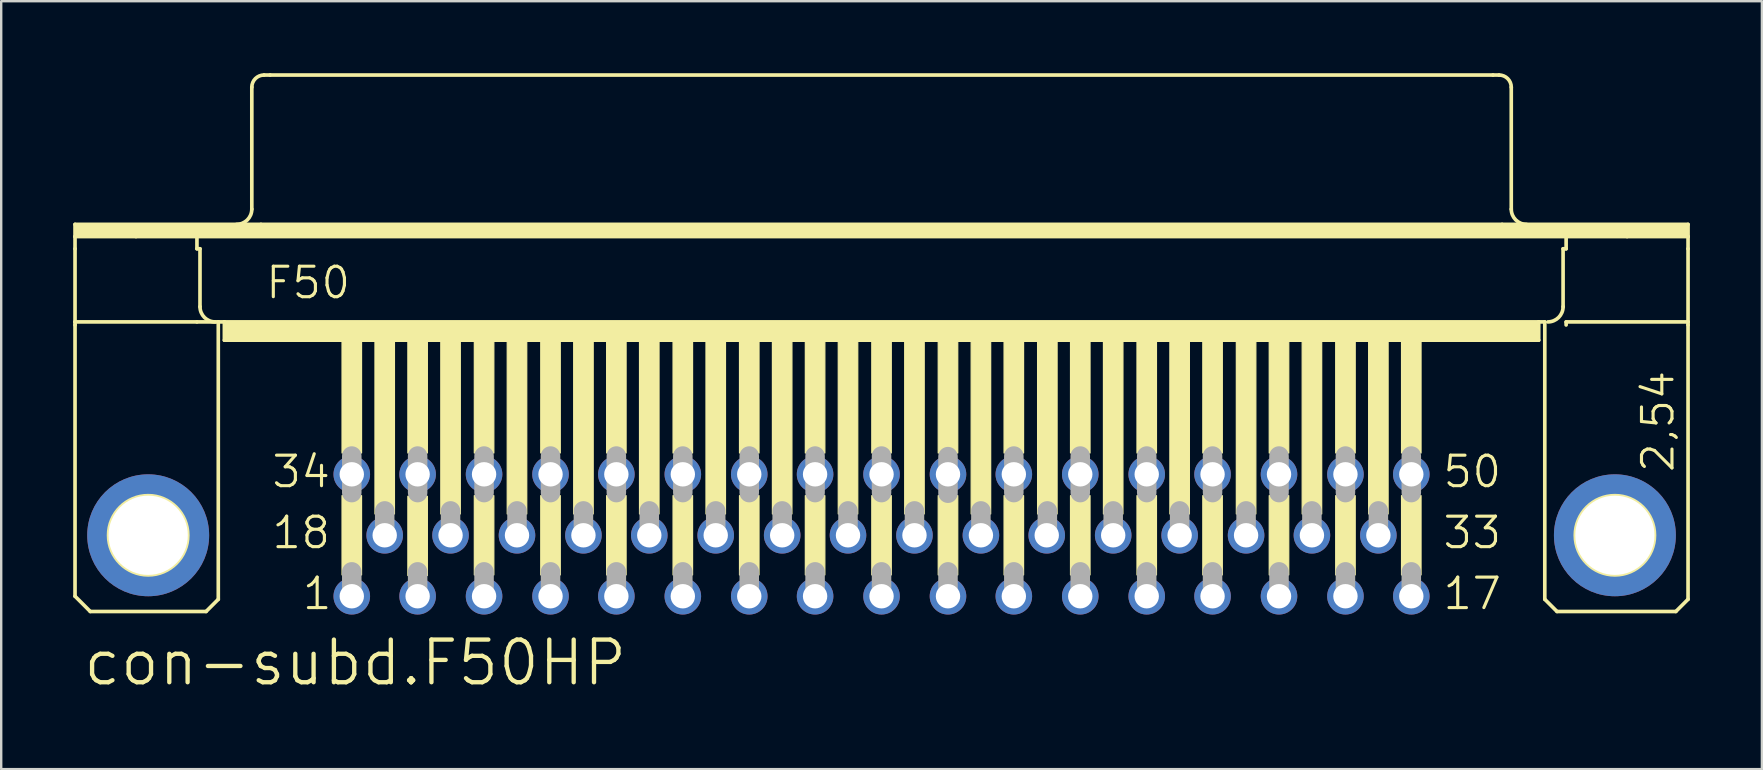
<source format=kicad_pcb>
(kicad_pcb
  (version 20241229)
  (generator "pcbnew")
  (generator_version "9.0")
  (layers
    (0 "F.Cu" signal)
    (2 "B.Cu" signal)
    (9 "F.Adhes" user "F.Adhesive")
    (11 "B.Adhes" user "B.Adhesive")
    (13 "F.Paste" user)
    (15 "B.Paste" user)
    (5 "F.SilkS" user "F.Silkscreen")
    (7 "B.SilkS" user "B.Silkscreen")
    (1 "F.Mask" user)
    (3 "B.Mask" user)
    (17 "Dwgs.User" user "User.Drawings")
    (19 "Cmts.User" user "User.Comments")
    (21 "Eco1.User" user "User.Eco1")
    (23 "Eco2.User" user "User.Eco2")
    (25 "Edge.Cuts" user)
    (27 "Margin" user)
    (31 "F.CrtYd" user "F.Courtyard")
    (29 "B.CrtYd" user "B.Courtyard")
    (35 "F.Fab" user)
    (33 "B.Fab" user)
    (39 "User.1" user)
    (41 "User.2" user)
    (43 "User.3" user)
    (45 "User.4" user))
  (footprint "con-subd.F50HP"
    (layer "F.Cu")
    (at 33.68 19.253)
    (property "Reference" "con-subd.F50HP" (at -33.35 6.35 0) (layer "F.SilkS") (effects (font (size 1.778 1.778) (thickness 0.18)) (justify left bottom)))
    (attr through_hole)
    (fp_line (start -33.604 -12.954) (end -25.857 -12.954) (stroke (width 0.152) (type default)) (layer "F.SilkS"))
    (fp_line (start -33.604 -12.446) (end -33.604 -12.954) (stroke (width 0.152) (type default)) (layer "F.SilkS"))
    (fp_line (start -33.604 -12.446) (end -31.064 -12.446) (stroke (width 0.152) (type default)) (layer "F.SilkS"))
    (fp_line (start -33.604 -11.938) (end -33.604 -12.446) (stroke (width 0.152) (type default)) (layer "F.SilkS"))
    (fp_line (start -33.604 -8.89) (end -33.604 -11.938) (stroke (width 0.152) (type default)) (layer "F.SilkS"))
    (fp_line (start -33.604 -8.89) (end -33.604 -8.763) (stroke (width 0.152) (type default)) (layer "F.SilkS"))
    (fp_line (start -33.604 -8.89) (end -28.524 -8.89) (stroke (width 0.152) (type default)) (layer "F.SilkS"))
    (fp_line (start -33.604 2.54) (end -33.604 -8.763) (stroke (width 0.152) (type default)) (layer "F.SilkS"))
    (fp_line (start -32.969 3.175) (end -33.604 2.54) (stroke (width 0.152) (type default)) (layer "F.SilkS"))
    (fp_line (start -31.064 -12.446) (end -28.524 -12.446) (stroke (width 0.152) (type default)) (layer "F.SilkS"))
    (fp_line (start -28.524 -12.446) (end 28.524 -12.446) (stroke (width 0.152) (type default)) (layer "F.SilkS"))
    (fp_line (start -28.524 -11.938) (end -28.524 -12.446) (stroke (width 0.152) (type default)) (layer "F.SilkS"))
    (fp_line (start -28.524 -11.938) (end -28.397 -11.938) (stroke (width 0.152) (type default)) (layer "F.SilkS"))
    (fp_line (start -28.524 -8.89) (end -27.635 -8.89) (stroke (width 0.152) (type default)) (layer "F.SilkS"))
    (fp_line (start -28.397 -9.525) (end -28.397 -11.938) (stroke (width 0.152) (type default)) (layer "F.SilkS"))
    (fp_line (start -28.143 3.175) (end -32.969 3.175) (stroke (width 0.152) (type default)) (layer "F.SilkS"))
    (fp_line (start -28.143 3.175) (end -27.635 2.667) (stroke (width 0.152) (type default)) (layer "F.SilkS"))
    (fp_line (start -27.635 -8.89) (end -27.381 -8.89) (stroke (width 0.152) (type default)) (layer "F.SilkS"))
    (fp_line (start -27.635 2.667) (end -27.635 -8.89) (stroke (width 0.152) (type default)) (layer "F.SilkS"))
    (fp_line (start -27.381 -8.89) (end -27.381 -8.128) (stroke (width 0.152) (type default)) (layer "F.SilkS"))
    (fp_line (start -27.381 -8.89) (end 27.381 -8.89) (stroke (width 0.152) (type default)) (layer "F.SilkS"))
    (fp_line (start -27.381 -8.128) (end 27.381 -8.128) (stroke (width 0.152) (type default)) (layer "F.SilkS"))
    (fp_line (start -26.238 -13.589) (end -26.238 -18.669) (stroke (width 0.152) (type default)) (layer "F.SilkS"))
    (fp_line (start -25.857 -12.954) (end 25.857 -12.954) (stroke (width 0.152) (type default)) (layer "F.SilkS"))
    (fp_line (start -25.73 -19.177) (end -25.476 -19.177) (stroke (width 0.152) (type default)) (layer "F.SilkS"))
    (fp_line (start -25.476 -19.177) (end 25.476 -19.177) (stroke (width 0.152) (type default)) (layer "F.SilkS"))
    (fp_line (start 25.476 -19.177) (end 25.73 -19.177) (stroke (width 0.152) (type default)) (layer "F.SilkS"))
    (fp_line (start 25.857 -12.954) (end 33.604 -12.954) (stroke (width 0.152) (type default)) (layer "F.SilkS"))
    (fp_line (start 26.238 -13.589) (end 26.238 -18.669) (stroke (width 0.152) (type default)) (layer "F.SilkS"))
    (fp_line (start 27.381 -8.89) (end 27.381 -8.128) (stroke (width 0.152) (type default)) (layer "F.SilkS"))
    (fp_line (start 27.381 -8.89) (end 27.635 -8.89) (stroke (width 0.152) (type default)) (layer "F.SilkS"))
    (fp_line (start 27.635 2.667) (end 27.635 -8.89) (stroke (width 0.152) (type default)) (layer "F.SilkS"))
    (fp_line (start 27.635 2.667) (end 28.143 3.175) (stroke (width 0.152) (type default)) (layer "F.SilkS"))
    (fp_line (start 28.143 3.175) (end 33.096 3.175) (stroke (width 0.152) (type default)) (layer "F.SilkS"))
    (fp_line (start 28.397 -11.938) (end 28.524 -11.938) (stroke (width 0.152) (type default)) (layer "F.SilkS"))
    (fp_line (start 28.397 -9.525) (end 28.397 -11.938) (stroke (width 0.152) (type default)) (layer "F.SilkS"))
    (fp_line (start 28.524 -12.446) (end 31.064 -12.446) (stroke (width 0.152) (type default)) (layer "F.SilkS"))
    (fp_line (start 28.524 -11.938) (end 28.524 -12.446) (stroke (width 0.152) (type default)) (layer "F.SilkS"))
    (fp_line (start 28.524 -8.89) (end 33.604 -8.89) (stroke (width 0.152) (type default)) (layer "F.SilkS"))
    (fp_line (start 28.524 -8.763) (end 28.524 -8.89) (stroke (width 0.152) (type default)) (layer "F.SilkS"))
    (fp_line (start 31.064 -12.446) (end 33.604 -12.446) (stroke (width 0.152) (type default)) (layer "F.SilkS"))
    (fp_line (start 33.096 3.175) (end 33.604 2.667) (stroke (width 0.152) (type default)) (layer "F.SilkS"))
    (fp_line (start 33.604 -12.954) (end 33.604 -12.446) (stroke (width 0.152) (type default)) (layer "F.SilkS"))
    (fp_line (start 33.604 -12.446) (end 33.604 -11.938) (stroke (width 0.152) (type default)) (layer "F.SilkS"))
    (fp_line (start 33.604 -11.938) (end 33.604 -8.89) (stroke (width 0.152) (type default)) (layer "F.SilkS"))
    (fp_line (start 33.604 -8.89) (end 33.604 -8.763) (stroke (width 0.152) (type default)) (layer "F.SilkS"))
    (fp_line (start 33.604 2.667) (end 33.604 -8.763) (stroke (width 0.152) (type default)) (layer "F.SilkS"))
    (fp_rect (start -33.579 -12.446) (end 33.604 -12.954) (stroke (width 0.05) (type default)) (fill yes) (layer "F.SilkS"))
    (fp_rect (start -27.356 -8.128) (end 27.381 -8.89) (stroke (width 0.05) (type default)) (fill yes) (layer "F.SilkS"))
    (fp_rect (start -22.479 -3.429) (end -21.666 -8.128) (stroke (width 0.05) (type default)) (fill yes) (layer "F.SilkS"))
    (fp_rect (start -22.479 1.651) (end -21.666 -1.651) (stroke (width 0.05) (type default)) (fill yes) (layer "F.SilkS"))
    (fp_rect (start -21.107 -0.889) (end -20.295 -8.128) (stroke (width 0.05) (type default)) (fill yes) (layer "F.SilkS"))
    (fp_rect (start -19.736 -3.429) (end -18.923 -8.128) (stroke (width 0.05) (type default)) (fill yes) (layer "F.SilkS"))
    (fp_rect (start -19.736 1.676) (end -18.923 -1.626) (stroke (width 0.05) (type default)) (fill yes) (layer "F.SilkS"))
    (fp_rect (start -18.364 -0.889) (end -17.551 -8.128) (stroke (width 0.05) (type default)) (fill yes) (layer "F.SilkS"))
    (fp_rect (start -16.967 -3.429) (end -16.154 -8.128) (stroke (width 0.05) (type default)) (fill yes) (layer "F.SilkS"))
    (fp_rect (start -16.967 1.651) (end -16.154 -1.651) (stroke (width 0.05) (type default)) (fill yes) (layer "F.SilkS"))
    (fp_rect (start -15.596 -0.889) (end -14.783 -8.128) (stroke (width 0.05) (type default)) (fill yes) (layer "F.SilkS"))
    (fp_rect (start -14.199 -3.429) (end -13.386 -8.128) (stroke (width 0.05) (type default)) (fill yes) (layer "F.SilkS"))
    (fp_rect (start -14.199 1.651) (end -13.386 -1.651) (stroke (width 0.05) (type default)) (fill yes) (layer "F.SilkS"))
    (fp_rect (start -12.827 -0.889) (end -12.014 -8.128) (stroke (width 0.05) (type default)) (fill yes) (layer "F.SilkS"))
    (fp_rect (start -11.455 -3.429) (end -10.643 -8.128) (stroke (width 0.05) (type default)) (fill yes) (layer "F.SilkS"))
    (fp_rect (start -11.455 1.651) (end -10.643 -1.651) (stroke (width 0.05) (type default)) (fill yes) (layer "F.SilkS"))
    (fp_rect (start -10.084 -0.889) (end -9.271 -8.128) (stroke (width 0.05) (type default)) (fill yes) (layer "F.SilkS"))
    (fp_rect (start -8.687 -3.429) (end -7.874 -8.128) (stroke (width 0.05) (type default)) (fill yes) (layer "F.SilkS"))
    (fp_rect (start -8.687 1.651) (end -7.874 -1.651) (stroke (width 0.05) (type default)) (fill yes) (layer "F.SilkS"))
    (fp_rect (start -7.315 -0.889) (end -6.502 -8.128) (stroke (width 0.05) (type default)) (fill yes) (layer "F.SilkS"))
    (fp_rect (start -5.918 -3.429) (end -5.105 -8.128) (stroke (width 0.05) (type default)) (fill yes) (layer "F.SilkS"))
    (fp_rect (start -5.918 1.651) (end -5.105 -1.651) (stroke (width 0.05) (type default)) (fill yes) (layer "F.SilkS"))
    (fp_rect (start -4.547 -0.889) (end -3.734 -8.128) (stroke (width 0.05) (type default)) (fill yes) (layer "F.SilkS"))
    (fp_rect (start -3.175 -3.429) (end -2.362 -8.128) (stroke (width 0.05) (type default)) (fill yes) (layer "F.SilkS"))
    (fp_rect (start -3.175 1.651) (end -2.362 -1.651) (stroke (width 0.05) (type default)) (fill yes) (layer "F.SilkS"))
    (fp_rect (start -1.803 -0.889) (end -0.991 -8.128) (stroke (width 0.05) (type default)) (fill yes) (layer "F.SilkS"))
    (fp_rect (start -0.406 -3.429) (end 0.406 -8.128) (stroke (width 0.05) (type default)) (fill yes) (layer "F.SilkS"))
    (fp_rect (start -0.406 1.651) (end 0.406 -1.651) (stroke (width 0.05) (type default)) (fill yes) (layer "F.SilkS"))
    (fp_rect (start 0.965 -0.889) (end 1.778 -8.128) (stroke (width 0.05) (type default)) (fill yes) (layer "F.SilkS"))
    (fp_rect (start 2.362 -3.429) (end 3.175 -8.128) (stroke (width 0.05) (type default)) (fill yes) (layer "F.SilkS"))
    (fp_rect (start 2.362 1.651) (end 3.175 -1.651) (stroke (width 0.05) (type default)) (fill yes) (layer "F.SilkS"))
    (fp_rect (start 3.734 -0.889) (end 4.547 -8.128) (stroke (width 0.05) (type default)) (fill yes) (layer "F.SilkS"))
    (fp_rect (start 5.105 -3.429) (end 5.918 -8.128) (stroke (width 0.05) (type default)) (fill yes) (layer "F.SilkS"))
    (fp_rect (start 5.105 1.651) (end 5.918 -1.651) (stroke (width 0.05) (type default)) (fill yes) (layer "F.SilkS"))
    (fp_rect (start 6.502 -0.889) (end 7.315 -8.128) (stroke (width 0.05) (type default)) (fill yes) (layer "F.SilkS"))
    (fp_rect (start 7.874 -3.429) (end 8.687 -8.128) (stroke (width 0.05) (type default)) (fill yes) (layer "F.SilkS"))
    (fp_rect (start 7.874 1.651) (end 8.687 -1.651) (stroke (width 0.05) (type default)) (fill yes) (layer "F.SilkS"))
    (fp_rect (start 9.246 -0.889) (end 10.058 -8.128) (stroke (width 0.05) (type default)) (fill yes) (layer "F.SilkS"))
    (fp_rect (start 10.643 -3.429) (end 11.455 -8.128) (stroke (width 0.05) (type default)) (fill yes) (layer "F.SilkS"))
    (fp_rect (start 10.643 1.651) (end 11.455 -1.651) (stroke (width 0.05) (type default)) (fill yes) (layer "F.SilkS"))
    (fp_rect (start 12.014 -0.889) (end 12.827 -8.128) (stroke (width 0.05) (type default)) (fill yes) (layer "F.SilkS"))
    (fp_rect (start 13.386 -3.429) (end 14.199 -8.128) (stroke (width 0.05) (type default)) (fill yes) (layer "F.SilkS"))
    (fp_rect (start 13.386 1.651) (end 14.199 -1.651) (stroke (width 0.05) (type default)) (fill yes) (layer "F.SilkS"))
    (fp_rect (start 14.783 -0.889) (end 15.596 -8.128) (stroke (width 0.05) (type default)) (fill yes) (layer "F.SilkS"))
    (fp_rect (start 16.154 -3.429) (end 16.967 -8.128) (stroke (width 0.05) (type default)) (fill yes) (layer "F.SilkS"))
    (fp_rect (start 16.154 1.651) (end 16.967 -1.651) (stroke (width 0.05) (type default)) (fill yes) (layer "F.SilkS"))
    (fp_rect (start 17.526 -0.889) (end 18.339 -8.128) (stroke (width 0.05) (type default)) (fill yes) (layer "F.SilkS"))
    (fp_rect (start 18.923 -3.429) (end 19.736 -8.128) (stroke (width 0.05) (type default)) (fill yes) (layer "F.SilkS"))
    (fp_rect (start 18.923 1.651) (end 19.736 -1.651) (stroke (width 0.05) (type default)) (fill yes) (layer "F.SilkS"))
    (fp_rect (start 20.295 -0.889) (end 21.107 -8.128) (stroke (width 0.05) (type default)) (fill yes) (layer "F.SilkS"))
    (fp_rect (start 21.666 -3.429) (end 22.479 -8.128) (stroke (width 0.05) (type default)) (fill yes) (layer "F.SilkS"))
    (fp_rect (start 21.666 1.651) (end 22.479 -1.651) (stroke (width 0.05) (type default)) (fill yes) (layer "F.SilkS"))
    (fp_arc (start -27.7622 -8.89) (mid -28.211213 -9.075987) (end -28.3972 -9.525) (stroke (width 0.1524) (type default)) (layer "F.SilkS"))
    (fp_arc (start -26.2382 -18.669) (mid -26.08941 -19.02821) (end -25.7302 -19.177) (stroke (width 0.1524) (type default)) (layer "F.SilkS"))
    (fp_arc (start -26.2382 -13.589) (mid -26.424187 -13.139987) (end -26.8732 -12.954) (stroke (width 0.1524) (type default)) (layer "F.SilkS"))
    (fp_arc (start 25.7302 -19.177) (mid 26.08941 -19.02821) (end 26.2382 -18.669) (stroke (width 0.1524) (type default)) (layer "F.SilkS"))
    (fp_arc (start 26.8732 -12.954) (mid 26.424187 -13.139987) (end 26.2382 -13.589) (stroke (width 0.1524) (type default)) (layer "F.SilkS"))
    (fp_arc (start 28.3972 -9.525) (mid 28.211213 -9.075987) (end 27.7622 -8.89) (stroke (width 0.1524) (type default)) (layer "F.SilkS"))
    (fp_circle (center -30.556 0) (end -28.905 0) (stroke (width 0.152) (type default)) (fill no) (layer "F.SilkS"))
    (fp_circle (center 30.556 0) (end 32.207 0) (stroke (width 0.152) (type default)) (fill no) (layer "F.SilkS"))
    (fp_line (start -22.073 -1.778) (end -22.073 -3.302) (stroke (width 0.813) (type default)) (layer "F.Fab"))
    (fp_line (start -22.073 2.54) (end -22.073 1.524) (stroke (width 0.813) (type default)) (layer "F.Fab"))
    (fp_line (start -20.701 0) (end -20.701 -1.016) (stroke (width 0.813) (type default)) (layer "F.Fab"))
    (fp_line (start -19.329 -1.778) (end -19.329 -3.302) (stroke (width 0.813) (type default)) (layer "F.Fab"))
    (fp_line (start -19.329 2.54) (end -19.329 1.524) (stroke (width 0.813) (type default)) (layer "F.Fab"))
    (fp_line (start -17.958 0) (end -17.958 -1.016) (stroke (width 0.813) (type default)) (layer "F.Fab"))
    (fp_line (start -16.561 -1.778) (end -16.561 -3.302) (stroke (width 0.813) (type default)) (layer "F.Fab"))
    (fp_line (start -16.561 2.54) (end -16.561 1.524) (stroke (width 0.813) (type default)) (layer "F.Fab"))
    (fp_line (start -15.189 0) (end -15.189 -1.016) (stroke (width 0.813) (type default)) (layer "F.Fab"))
    (fp_line (start -13.792 -1.778) (end -13.792 -3.302) (stroke (width 0.813) (type default)) (layer "F.Fab"))
    (fp_line (start -13.792 2.54) (end -13.792 1.524) (stroke (width 0.813) (type default)) (layer "F.Fab"))
    (fp_line (start -12.421 0) (end -12.421 -1.016) (stroke (width 0.813) (type default)) (layer "F.Fab"))
    (fp_line (start -11.049 -1.778) (end -11.049 -3.302) (stroke (width 0.813) (type default)) (layer "F.Fab"))
    (fp_line (start -11.049 2.54) (end -11.049 1.524) (stroke (width 0.813) (type default)) (layer "F.Fab"))
    (fp_line (start -9.677 0) (end -9.677 -1.016) (stroke (width 0.813) (type default)) (layer "F.Fab"))
    (fp_line (start -8.28 -1.778) (end -8.28 -3.302) (stroke (width 0.813) (type default)) (layer "F.Fab"))
    (fp_line (start -8.28 2.54) (end -8.28 1.524) (stroke (width 0.813) (type default)) (layer "F.Fab"))
    (fp_line (start -6.909 0) (end -6.909 -1.016) (stroke (width 0.813) (type default)) (layer "F.Fab"))
    (fp_line (start -5.512 -1.778) (end -5.512 -3.302) (stroke (width 0.813) (type default)) (layer "F.Fab"))
    (fp_line (start -5.512 2.54) (end -5.512 1.524) (stroke (width 0.813) (type default)) (layer "F.Fab"))
    (fp_line (start -4.14 0) (end -4.14 -1.016) (stroke (width 0.813) (type default)) (layer "F.Fab"))
    (fp_line (start -2.769 -1.778) (end -2.769 -3.302) (stroke (width 0.813) (type default)) (layer "F.Fab"))
    (fp_line (start -2.769 2.54) (end -2.769 1.524) (stroke (width 0.813) (type default)) (layer "F.Fab"))
    (fp_line (start -1.397 0) (end -1.397 -1.016) (stroke (width 0.813) (type default)) (layer "F.Fab"))
    (fp_line (start 0 -1.778) (end 0 -3.302) (stroke (width 0.813) (type default)) (layer "F.Fab"))
    (fp_line (start 0 2.54) (end 0 1.524) (stroke (width 0.813) (type default)) (layer "F.Fab"))
    (fp_line (start 1.372 0) (end 1.372 -1.016) (stroke (width 0.813) (type default)) (layer "F.Fab"))
    (fp_line (start 2.769 -1.753) (end 2.769 -3.277) (stroke (width 0.813) (type default)) (layer "F.Fab"))
    (fp_line (start 2.769 2.54) (end 2.769 1.524) (stroke (width 0.813) (type default)) (layer "F.Fab"))
    (fp_line (start 4.14 0) (end 4.14 -1.016) (stroke (width 0.813) (type default)) (layer "F.Fab"))
    (fp_line (start 5.512 -1.778) (end 5.512 -3.302) (stroke (width 0.813) (type default)) (layer "F.Fab"))
    (fp_line (start 5.512 2.54) (end 5.512 1.524) (stroke (width 0.813) (type default)) (layer "F.Fab"))
    (fp_line (start 6.909 0) (end 6.909 -1.016) (stroke (width 0.813) (type default)) (layer "F.Fab"))
    (fp_line (start 8.28 -1.778) (end 8.28 -3.302) (stroke (width 0.813) (type default)) (layer "F.Fab"))
    (fp_line (start 8.28 2.54) (end 8.28 1.524) (stroke (width 0.813) (type default)) (layer "F.Fab"))
    (fp_line (start 9.652 0) (end 9.652 -1.016) (stroke (width 0.813) (type default)) (layer "F.Fab"))
    (fp_line (start 11.049 -1.778) (end 11.049 -3.302) (stroke (width 0.813) (type default)) (layer "F.Fab"))
    (fp_line (start 11.049 2.54) (end 11.049 1.524) (stroke (width 0.813) (type default)) (layer "F.Fab"))
    (fp_line (start 12.421 0) (end 12.421 -1.016) (stroke (width 0.813) (type default)) (layer "F.Fab"))
    (fp_line (start 13.792 -1.778) (end 13.792 -3.302) (stroke (width 0.813) (type default)) (layer "F.Fab"))
    (fp_line (start 13.792 2.54) (end 13.792 1.524) (stroke (width 0.813) (type default)) (layer "F.Fab"))
    (fp_line (start 15.189 0) (end 15.189 -1.016) (stroke (width 0.813) (type default)) (layer "F.Fab"))
    (fp_line (start 16.561 -1.778) (end 16.561 -3.302) (stroke (width 0.813) (type default)) (layer "F.Fab"))
    (fp_line (start 16.561 2.54) (end 16.561 1.524) (stroke (width 0.813) (type default)) (layer "F.Fab"))
    (fp_line (start 17.932 0) (end 17.932 -1.016) (stroke (width 0.813) (type default)) (layer "F.Fab"))
    (fp_line (start 19.329 -1.778) (end 19.329 -3.302) (stroke (width 0.813) (type default)) (layer "F.Fab"))
    (fp_line (start 19.329 2.54) (end 19.329 1.524) (stroke (width 0.813) (type default)) (layer "F.Fab"))
    (fp_line (start 20.701 0) (end 20.701 -1.016) (stroke (width 0.813) (type default)) (layer "F.Fab"))
    (fp_line (start 22.073 -1.778) (end 22.073 -3.302) (stroke (width 0.813) (type default)) (layer "F.Fab"))
    (fp_line (start 22.073 2.54) (end 22.073 1.524) (stroke (width 0.813) (type default)) (layer "F.Fab"))
    (fp_text user "18" (at -25.476 0.635 0) (layer "F.SilkS") (effects (font (size 1.27 1.27) (thickness 0.13)) (justify left bottom)))
    (fp_text user "34" (at -25.476 -1.905 0) (layer "F.SilkS") (effects (font (size 1.27 1.27) (thickness 0.13)) (justify left bottom)))
    (fp_text user "2,54" (at 33.096 -2.54 90) (layer "F.SilkS") (effects (font (size 1.27 1.27) (thickness 0.13)) (justify left bottom)))
    (fp_text user "50" (at 23.317 -1.905 0) (layer "F.SilkS") (effects (font (size 1.27 1.27) (thickness 0.13)) (justify left bottom)))
    (fp_text user "1" (at -24.206 3.175 0) (layer "F.SilkS") (effects (font (size 1.27 1.27) (thickness 0.13)) (justify left bottom)))
    (fp_text user "F50" (at -25.73 -9.779 0) (layer "F.SilkS") (effects (font (size 1.27 1.27) (thickness 0.13)) (justify left bottom)))
    (fp_text user "33" (at 23.317 0.635 0) (layer "F.SilkS") (effects (font (size 1.27 1.27) (thickness 0.13)) (justify left bottom)))
    (fp_text user "17" (at 23.317 3.175 0) (layer "F.SilkS") (effects (font (size 1.27 1.27) (thickness 0.13)) (justify left bottom)))
    (pad "1" thru_hole circle (at -22.073 2.54) (size 1.524 1.524) (drill 1.016) (layers "*.Cu" "*.Mask"))
    (pad "2" thru_hole circle (at -19.329 2.54) (size 1.524 1.524) (drill 1.016) (layers "*.Cu" "*.Mask"))
    (pad "3" thru_hole circle (at -16.561 2.54) (size 1.524 1.524) (drill 1.016) (layers "*.Cu" "*.Mask"))
    (pad "4" thru_hole circle (at -13.792 2.54) (size 1.524 1.524) (drill 1.016) (layers "*.Cu" "*.Mask"))
    (pad "5" thru_hole circle (at -11.049 2.54) (size 1.524 1.524) (drill 1.016) (layers "*.Cu" "*.Mask"))
    (pad "6" thru_hole circle (at -8.28 2.54) (size 1.524 1.524) (drill 1.016) (layers "*.Cu" "*.Mask"))
    (pad "7" thru_hole circle (at -5.512 2.54) (size 1.524 1.524) (drill 1.016) (layers "*.Cu" "*.Mask"))
    (pad "8" thru_hole circle (at -2.769 2.54) (size 1.524 1.524) (drill 1.016) (layers "*.Cu" "*.Mask"))
    (pad "9" thru_hole circle (at 0 2.54) (size 1.524 1.524) (drill 1.016) (layers "*.Cu" "*.Mask"))
    (pad "10" thru_hole circle (at 2.769 2.54) (size 1.524 1.524) (drill 1.016) (layers "*.Cu" "*.Mask"))
    (pad "11" thru_hole circle (at 5.512 2.54) (size 1.524 1.524) (drill 1.016) (layers "*.Cu" "*.Mask"))
    (pad "12" thru_hole circle (at 8.28 2.54) (size 1.524 1.524) (drill 1.016) (layers "*.Cu" "*.Mask"))
    (pad "13" thru_hole circle (at 11.049 2.54) (size 1.524 1.524) (drill 1.016) (layers "*.Cu" "*.Mask"))
    (pad "14" thru_hole circle (at 13.792 2.54) (size 1.524 1.524) (drill 1.016) (layers "*.Cu" "*.Mask"))
    (pad "15" thru_hole circle (at 16.561 2.54) (size 1.524 1.524) (drill 1.016) (layers "*.Cu" "*.Mask"))
    (pad "16" thru_hole circle (at 19.329 2.54) (size 1.524 1.524) (drill 1.016) (layers "*.Cu" "*.Mask"))
    (pad "17" thru_hole circle (at 22.073 2.54) (size 1.524 1.524) (drill 1.016) (layers "*.Cu" "*.Mask"))
    (pad "18" thru_hole circle (at -20.701 0) (size 1.524 1.524) (drill 1.016) (layers "*.Cu" "*.Mask"))
    (pad "19" thru_hole circle (at -17.958 0) (size 1.524 1.524) (drill 1.016) (layers "*.Cu" "*.Mask"))
    (pad "20" thru_hole circle (at -15.189 0) (size 1.524 1.524) (drill 1.016) (layers "*.Cu" "*.Mask"))
    (pad "21" thru_hole circle (at -12.421 0) (size 1.524 1.524) (drill 1.016) (layers "*.Cu" "*.Mask"))
    (pad "22" thru_hole circle (at -9.677 0) (size 1.524 1.524) (drill 1.016) (layers "*.Cu" "*.Mask"))
    (pad "23" thru_hole circle (at -6.909 0) (size 1.524 1.524) (drill 1.016) (layers "*.Cu" "*.Mask"))
    (pad "24" thru_hole circle (at -4.14 0) (size 1.524 1.524) (drill 1.016) (layers "*.Cu" "*.Mask"))
    (pad "25" thru_hole circle (at -1.397 0) (size 1.524 1.524) (drill 1.016) (layers "*.Cu" "*.Mask"))
    (pad "26" thru_hole circle (at 1.372 0) (size 1.524 1.524) (drill 1.016) (layers "*.Cu" "*.Mask"))
    (pad "27" thru_hole circle (at 4.14 0) (size 1.524 1.524) (drill 1.016) (layers "*.Cu" "*.Mask"))
    (pad "28" thru_hole circle (at 6.883 0) (size 1.524 1.524) (drill 1.016) (layers "*.Cu" "*.Mask"))
    (pad "29" thru_hole circle (at 9.652 0) (size 1.524 1.524) (drill 1.016) (layers "*.Cu" "*.Mask"))
    (pad "30" thru_hole circle (at 12.421 0) (size 1.524 1.524) (drill 1.016) (layers "*.Cu" "*.Mask"))
    (pad "31" thru_hole circle (at 15.189 0) (size 1.524 1.524) (drill 1.016) (layers "*.Cu" "*.Mask"))
    (pad "32" thru_hole circle (at 17.932 0) (size 1.524 1.524) (drill 1.016) (layers "*.Cu" "*.Mask"))
    (pad "33" thru_hole circle (at 20.701 0) (size 1.524 1.524) (drill 1.016) (layers "*.Cu" "*.Mask"))
    (pad "34" thru_hole circle (at -22.073 -2.54) (size 1.524 1.524) (drill 1.016) (layers "*.Cu" "*.Mask"))
    (pad "35" thru_hole circle (at -19.329 -2.54) (size 1.524 1.524) (drill 1.016) (layers "*.Cu" "*.Mask"))
    (pad "36" thru_hole circle (at -16.561 -2.54) (size 1.524 1.524) (drill 1.016) (layers "*.Cu" "*.Mask"))
    (pad "37" thru_hole circle (at -13.792 -2.54) (size 1.524 1.524) (drill 1.016) (layers "*.Cu" "*.Mask"))
    (pad "38" thru_hole circle (at -11.049 -2.54) (size 1.524 1.524) (drill 1.016) (layers "*.Cu" "*.Mask"))
    (pad "39" thru_hole circle (at -8.28 -2.54) (size 1.524 1.524) (drill 1.016) (layers "*.Cu" "*.Mask"))
    (pad "40" thru_hole circle (at -5.512 -2.54) (size 1.524 1.524) (drill 1.016) (layers "*.Cu" "*.Mask"))
    (pad "41" thru_hole circle (at -2.769 -2.54) (size 1.524 1.524) (drill 1.016) (layers "*.Cu" "*.Mask"))
    (pad "42" thru_hole circle (at 0 -2.54) (size 1.524 1.524) (drill 1.016) (layers "*.Cu" "*.Mask"))
    (pad "43" thru_hole circle (at 2.769 -2.54) (size 1.524 1.524) (drill 1.016) (layers "*.Cu" "*.Mask"))
    (pad "44" thru_hole circle (at 5.512 -2.54) (size 1.524 1.524) (drill 1.016) (layers "*.Cu" "*.Mask"))
    (pad "45" thru_hole circle (at 8.28 -2.54) (size 1.524 1.524) (drill 1.016) (layers "*.Cu" "*.Mask"))
    (pad "46" thru_hole circle (at 11.049 -2.54) (size 1.524 1.524) (drill 1.016) (layers "*.Cu" "*.Mask"))
    (pad "47" thru_hole circle (at 13.792 -2.54) (size 1.524 1.524) (drill 1.016) (layers "*.Cu" "*.Mask"))
    (pad "48" thru_hole circle (at 16.561 -2.54) (size 1.524 1.524) (drill 1.016) (layers "*.Cu" "*.Mask"))
    (pad "49" thru_hole circle (at 19.329 -2.54) (size 1.524 1.524) (drill 1.016) (layers "*.Cu" "*.Mask"))
    (pad "50" thru_hole circle (at 22.073 -2.54) (size 1.524 1.524) (drill 1.016) (layers "*.Cu" "*.Mask"))
    (pad "G1" thru_hole circle (at -30.556 0) (size 5.08 5.08) (drill 3.302) (layers "*.Cu" "*.Mask"))
    (pad "G2" thru_hole circle (at 30.556 0) (size 5.08 5.08) (drill 3.302) (layers "*.Cu" "*.Mask")))
  (gr_rect
    (start -3 -3)
    (end 70.361 28.997)
    (stroke (width 0.1) (type default))
    (fill no)
    (layer "Edge.Cuts")))
</source>
